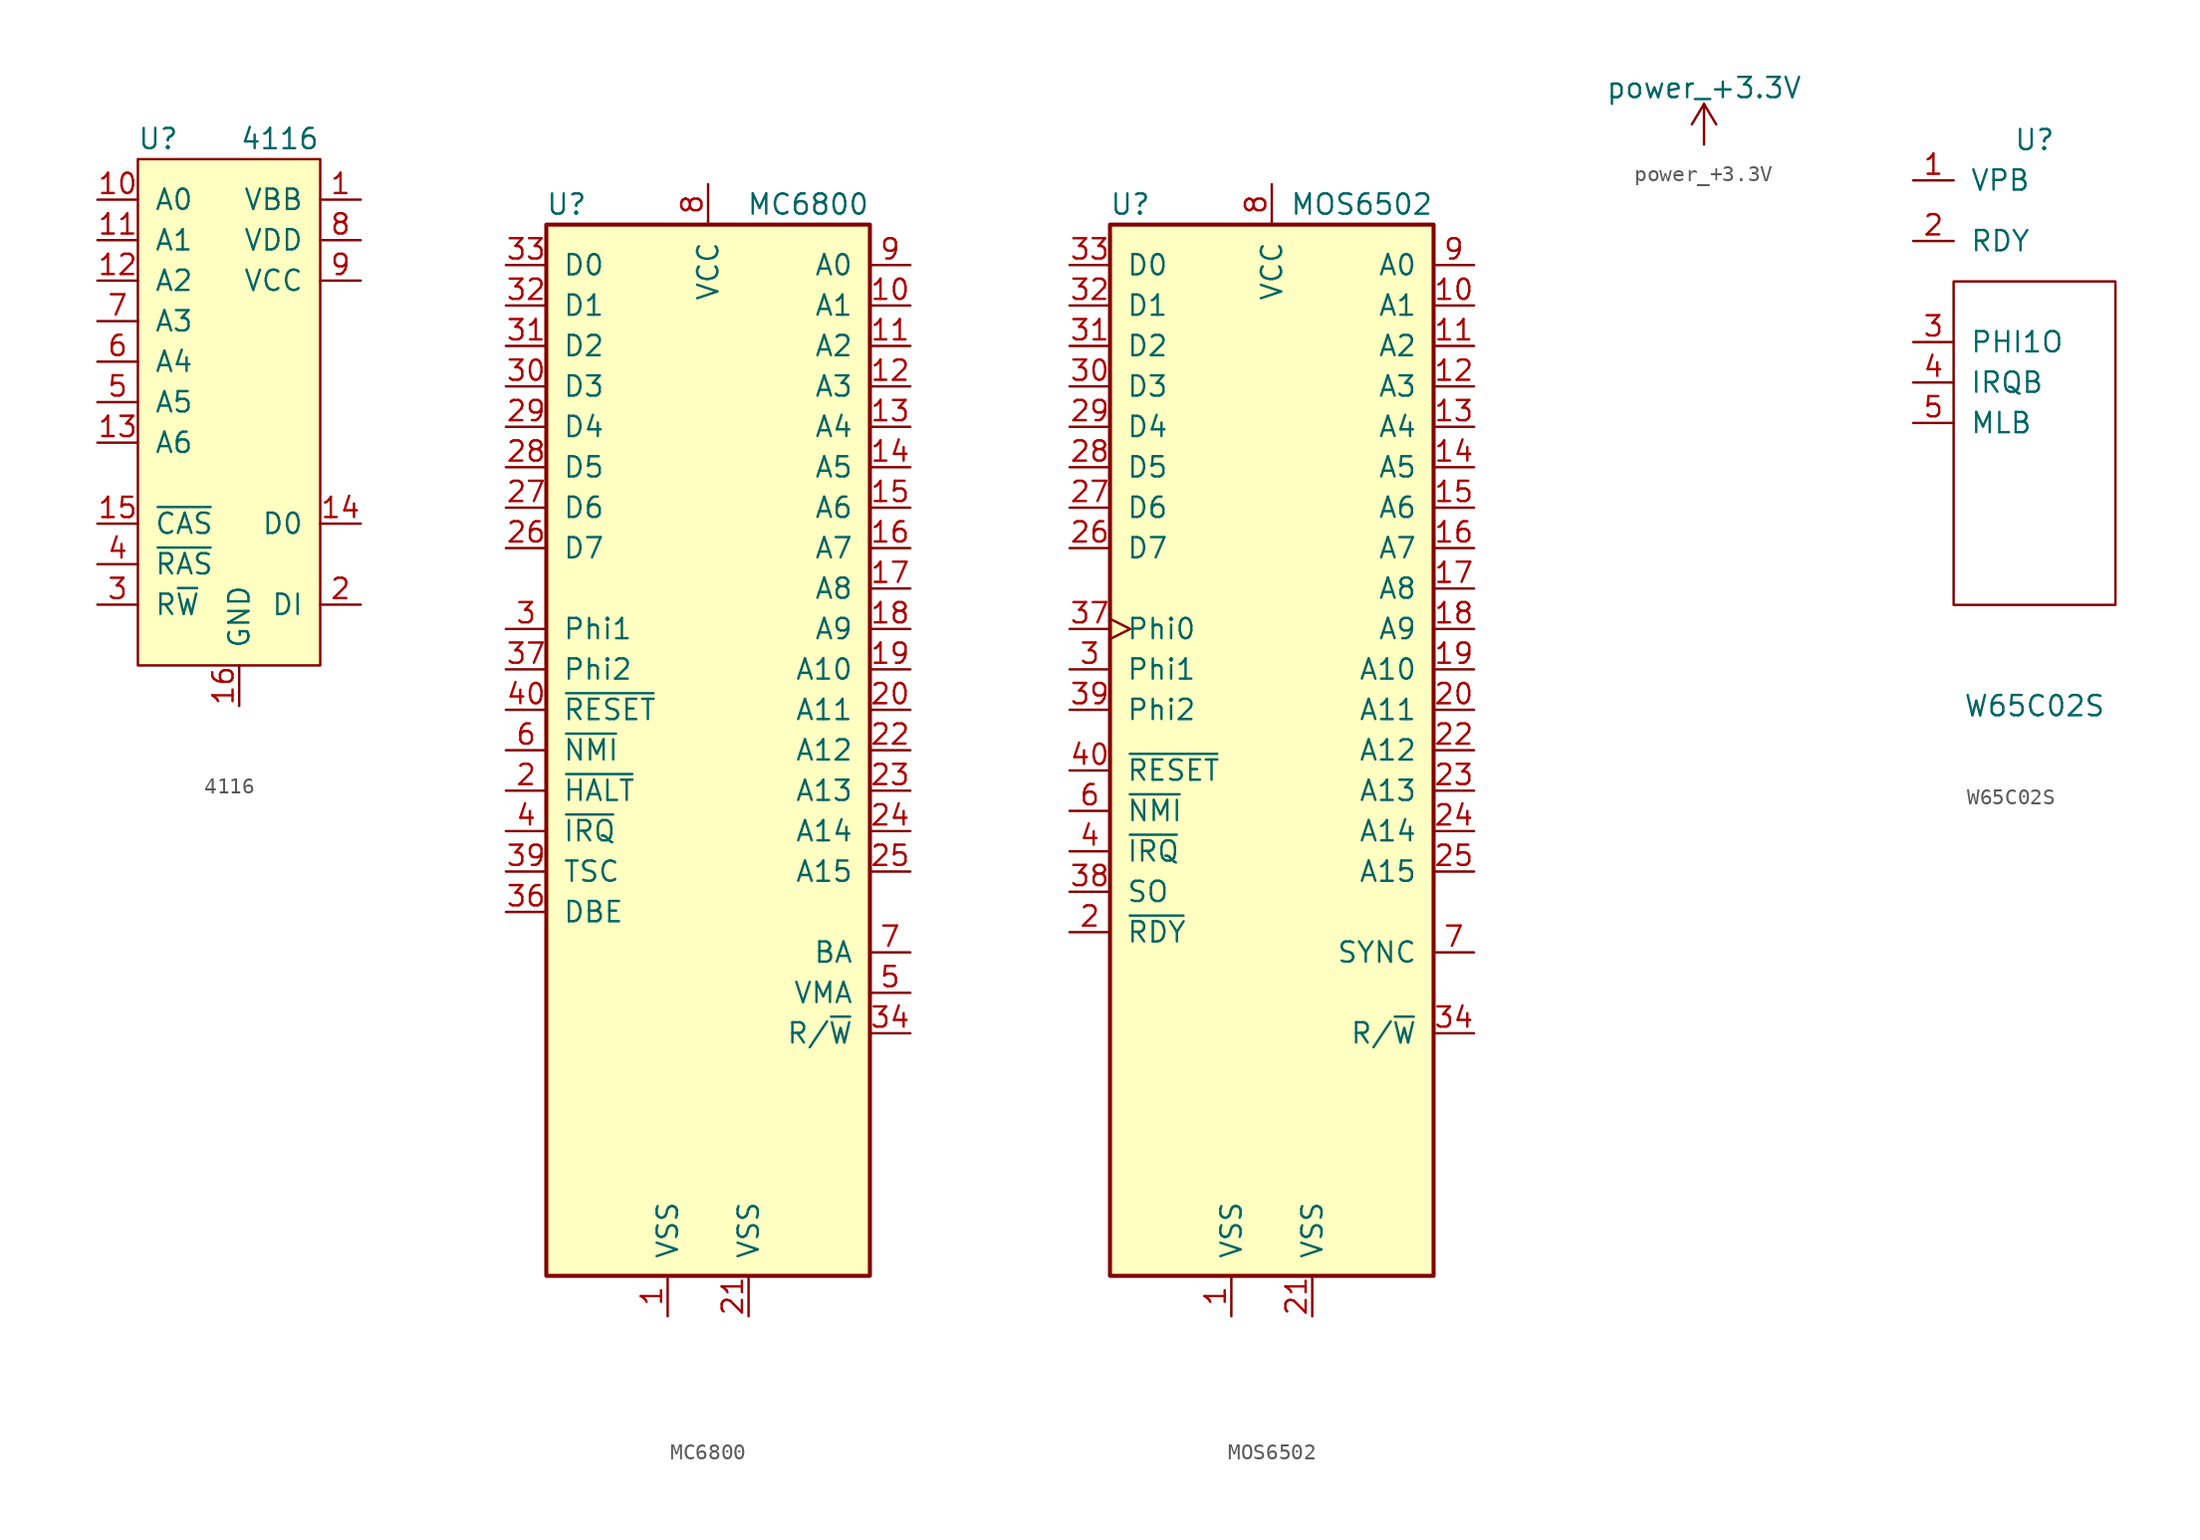
<source format=kicad_sym>
(kicad_symbol_lib
  (version 20220914)
  (generator kicad_symbol_editor)
  (symbol "4116"
    (pin_names
      (offset 1.016))
    (property "Reference" "U"
      (at -5.08 16.51 0)
      (effects (font (size 1.27 1.27))))
    (property "Value" "4116"
      (at 2.54 16.51 0)
      (effects (font (size 1.27 1.27))))
    (symbol "4116_1_1"
      (rectangle (start -6.35 15.24) (end 5.08 -16.51) (stroke (width 0) (type solid)) (fill (type background)))
      (pin power_in line (at 7.62 12.7 180) (length 2.54) (name "VBB" (effects (font (size 1.27 1.27)))) (number "1" (effects (font (size 1.27 1.27)))))
      (pin input line (at -8.89 12.7 0) (length 2.54) (name "A0" (effects (font (size 1.27 1.27)))) (number "10" (effects (font (size 1.27 1.27)))))
      (pin input line (at -8.89 10.16 0) (length 2.54) (name "A1" (effects (font (size 1.27 1.27)))) (number "11" (effects (font (size 1.27 1.27)))))
      (pin input line (at -8.89 7.62 0) (length 2.54) (name "A2" (effects (font (size 1.27 1.27)))) (number "12" (effects (font (size 1.27 1.27)))))
      (pin input line (at -8.89 -2.54 0) (length 2.54) (name "A6" (effects (font (size 1.27 1.27)))) (number "13" (effects (font (size 1.27 1.27)))))
      (pin tri_state line (at 7.62 -7.62 180) (length 2.54) (name "D0" (effects (font (size 1.27 1.27)))) (number "14" (effects (font (size 1.27 1.27)))))
      (pin input line (at -8.89 -7.62 0) (length 2.54) (name "~{CAS}" (effects (font (size 1.27 1.27)))) (number "15" (effects (font (size 1.27 1.27)))))
      (pin power_in line (at 0 -19.05 90) (length 2.54) (name "GND" (effects (font (size 1.27 1.27)))) (number "16" (effects (font (size 1.27 1.27)))))
      (pin input line (at 7.62 -12.7 180) (length 2.54) (name "DI" (effects (font (size 1.27 1.27)))) (number "2" (effects (font (size 1.27 1.27)))))
      (pin input line (at -8.89 -12.7 0) (length 2.54) (name "R~{W}" (effects (font (size 1.27 1.27)))) (number "3" (effects (font (size 1.27 1.27)))))
      (pin input line (at -8.89 -10.16 0) (length 2.54) (name "~{RAS}" (effects (font (size 1.27 1.27)))) (number "4" (effects (font (size 1.27 1.27)))))
      (pin input line (at -8.89 0 0) (length 2.54) (name "A5" (effects (font (size 1.27 1.27)))) (number "5" (effects (font (size 1.27 1.27)))))
      (pin input line (at -8.89 2.54 0) (length 2.54) (name "A4" (effects (font (size 1.27 1.27)))) (number "6" (effects (font (size 1.27 1.27)))))
      (pin input line (at -8.89 5.08 0) (length 2.54) (name "A3" (effects (font (size 1.27 1.27)))) (number "7" (effects (font (size 1.27 1.27)))))
      (pin power_in line (at 7.62 10.16 180) (length 2.54) (name "VDD" (effects (font (size 1.27 1.27)))) (number "8" (effects (font (size 1.27 1.27)))))
      (pin power_in line (at 7.62 7.62 180) (length 2.54) (name "VCC" (effects (font (size 1.27 1.27)))) (number "9" (effects (font (size 1.27 1.27)))))))
  (symbol "MC6800"
    (pin_names
      (offset 1.016))
    (property "Reference" "U"
      (at -8.89 34.29 0)
      (effects (font (size 1.27 1.27))))
    (property "Value" "MC6800"
      (at 10.16 34.29 0)
      (effects (font (size 1.27 1.27)) (justify right)))
    (symbol "MC6800_0_1"
      (rectangle (start -10.16 -33.02) (end 10.16 33.02) (stroke (width 0.254) (type solid)) (fill (type background))))
    (symbol "MC6800_1_1"
      (pin power_in line (at -2.54 -35.56 90) (length 2.54) (name "VSS" (effects (font (size 1.27 1.27)))) (number "1" (effects (font (size 1.27 1.27)))))
      (pin output line (at 12.7 27.94 180) (length 2.54) (name "A1" (effects (font (size 1.27 1.27)))) (number "10" (effects (font (size 1.27 1.27)))))
      (pin output line (at 12.7 25.4 180) (length 2.54) (name "A2" (effects (font (size 1.27 1.27)))) (number "11" (effects (font (size 1.27 1.27)))))
      (pin output line (at 12.7 22.86 180) (length 2.54) (name "A3" (effects (font (size 1.27 1.27)))) (number "12" (effects (font (size 1.27 1.27)))))
      (pin output line (at 12.7 20.32 180) (length 2.54) (name "A4" (effects (font (size 1.27 1.27)))) (number "13" (effects (font (size 1.27 1.27)))))
      (pin output line (at 12.7 17.78 180) (length 2.54) (name "A5" (effects (font (size 1.27 1.27)))) (number "14" (effects (font (size 1.27 1.27)))))
      (pin output line (at 12.7 15.24 180) (length 2.54) (name "A6" (effects (font (size 1.27 1.27)))) (number "15" (effects (font (size 1.27 1.27)))))
      (pin output line (at 12.7 12.7 180) (length 2.54) (name "A7" (effects (font (size 1.27 1.27)))) (number "16" (effects (font (size 1.27 1.27)))))
      (pin output line (at 12.7 10.16 180) (length 2.54) (name "A8" (effects (font (size 1.27 1.27)))) (number "17" (effects (font (size 1.27 1.27)))))
      (pin output line (at 12.7 7.62 180) (length 2.54) (name "A9" (effects (font (size 1.27 1.27)))) (number "18" (effects (font (size 1.27 1.27)))))
      (pin output line (at 12.7 5.08 180) (length 2.54) (name "A10" (effects (font (size 1.27 1.27)))) (number "19" (effects (font (size 1.27 1.27)))))
      (pin input line (at -12.7 -2.54 0) (length 2.54) (name "~{HALT}" (effects (font (size 1.27 1.27)))) (number "2" (effects (font (size 1.27 1.27)))))
      (pin output line (at 12.7 2.54 180) (length 2.54) (name "A11" (effects (font (size 1.27 1.27)))) (number "20" (effects (font (size 1.27 1.27)))))
      (pin power_in line (at 2.54 -35.56 90) (length 2.54) (name "VSS" (effects (font (size 1.27 1.27)))) (number "21" (effects (font (size 1.27 1.27)))))
      (pin output line (at 12.7 0 180) (length 2.54) (name "A12" (effects (font (size 1.27 1.27)))) (number "22" (effects (font (size 1.27 1.27)))))
      (pin output line (at 12.7 -2.54 180) (length 2.54) (name "A13" (effects (font (size 1.27 1.27)))) (number "23" (effects (font (size 1.27 1.27)))))
      (pin output line (at 12.7 -5.08 180) (length 2.54) (name "A14" (effects (font (size 1.27 1.27)))) (number "24" (effects (font (size 1.27 1.27)))))
      (pin output line (at 12.7 -7.62 180) (length 2.54) (name "A15" (effects (font (size 1.27 1.27)))) (number "25" (effects (font (size 1.27 1.27)))))
      (pin bidirectional line (at -12.7 12.7 0) (length 2.54) (name "D7" (effects (font (size 1.27 1.27)))) (number "26" (effects (font (size 1.27 1.27)))))
      (pin bidirectional line (at -12.7 15.24 0) (length 2.54) (name "D6" (effects (font (size 1.27 1.27)))) (number "27" (effects (font (size 1.27 1.27)))))
      (pin bidirectional line (at -12.7 17.78 0) (length 2.54) (name "D5" (effects (font (size 1.27 1.27)))) (number "28" (effects (font (size 1.27 1.27)))))
      (pin bidirectional line (at -12.7 20.32 0) (length 2.54) (name "D4" (effects (font (size 1.27 1.27)))) (number "29" (effects (font (size 1.27 1.27)))))
      (pin input line (at -12.7 7.62 0) (length 2.54) (name "Phi1" (effects (font (size 1.27 1.27)))) (number "3" (effects (font (size 1.27 1.27)))))
      (pin bidirectional line (at -12.7 22.86 0) (length 2.54) (name "D3" (effects (font (size 1.27 1.27)))) (number "30" (effects (font (size 1.27 1.27)))))
      (pin bidirectional line (at -12.7 25.4 0) (length 2.54) (name "D2" (effects (font (size 1.27 1.27)))) (number "31" (effects (font (size 1.27 1.27)))))
      (pin bidirectional line (at -12.7 27.94 0) (length 2.54) (name "D1" (effects (font (size 1.27 1.27)))) (number "32" (effects (font (size 1.27 1.27)))))
      (pin bidirectional line (at -12.7 30.48 0) (length 2.54) (name "D0" (effects (font (size 1.27 1.27)))) (number "33" (effects (font (size 1.27 1.27)))))
      (pin output line (at 12.7 -17.78 180) (length 2.54) (name "R/~{W}" (effects (font (size 1.27 1.27)))) (number "34" (effects (font (size 1.27 1.27)))))
      (pin no_connect line (at -10.16 -25.4 0) (length 2.54) hide (name "N.C." (effects (font (size 1.27 1.27)))) (number "35" (effects (font (size 1.27 1.27)))))
      (pin input line (at -12.7 -10.16 0) (length 2.54) (name "DBE" (effects (font (size 1.27 1.27)))) (number "36" (effects (font (size 1.27 1.27)))))
      (pin input line (at -12.7 5.08 0) (length 2.54) (name "Phi2" (effects (font (size 1.27 1.27)))) (number "37" (effects (font (size 1.27 1.27)))))
      (pin no_connect line (at -10.16 -22.86 0) (length 2.54) hide (name "N.C." (effects (font (size 1.27 1.27)))) (number "38" (effects (font (size 1.27 1.27)))))
      (pin input line (at -12.7 -7.62 0) (length 2.54) (name "TSC" (effects (font (size 1.27 1.27)))) (number "39" (effects (font (size 1.27 1.27)))))
      (pin input line (at -12.7 -5.08 0) (length 2.54) (name "~{IRQ}" (effects (font (size 1.27 1.27)))) (number "4" (effects (font (size 1.27 1.27)))))
      (pin input line (at -12.7 2.54 0) (length 2.54) (name "~{RESET}" (effects (font (size 1.27 1.27)))) (number "40" (effects (font (size 1.27 1.27)))))
      (pin output line (at 12.7 -15.24 180) (length 2.54) (name "VMA" (effects (font (size 1.27 1.27)))) (number "5" (effects (font (size 1.27 1.27)))))
      (pin input line (at -12.7 0 0) (length 2.54) (name "~{NMI}" (effects (font (size 1.27 1.27)))) (number "6" (effects (font (size 1.27 1.27)))))
      (pin output line (at 12.7 -12.7 180) (length 2.54) (name "BA" (effects (font (size 1.27 1.27)))) (number "7" (effects (font (size 1.27 1.27)))))
      (pin power_in line (at 0 35.56 270) (length 2.54) (name "VCC" (effects (font (size 1.27 1.27)))) (number "8" (effects (font (size 1.27 1.27)))))
      (pin output line (at 12.7 30.48 180) (length 2.54) (name "A0" (effects (font (size 1.27 1.27)))) (number "9" (effects (font (size 1.27 1.27)))))))
  (symbol "MOS6502"
    (pin_names
      (offset 1.016))
    (property "Reference" "U"
      (at -8.89 34.29 0)
      (effects (font (size 1.27 1.27))))
    (property "Value" "MOS6502"
      (at 10.16 34.29 0)
      (effects (font (size 1.27 1.27)) (justify right)))
    (symbol "MOS6502_0_1"
      (rectangle (start -10.16 -33.02) (end 10.16 33.02) (stroke (width 0.254) (type solid)) (fill (type background))))
    (symbol "MOS6502_1_1"
      (pin power_in line (at -2.54 -35.56 90) (length 2.54) (name "VSS" (effects (font (size 1.27 1.27)))) (number "1" (effects (font (size 1.27 1.27)))))
      (pin output line (at 12.7 27.94 180) (length 2.54) (name "A1" (effects (font (size 1.27 1.27)))) (number "10" (effects (font (size 1.27 1.27)))))
      (pin output line (at 12.7 25.4 180) (length 2.54) (name "A2" (effects (font (size 1.27 1.27)))) (number "11" (effects (font (size 1.27 1.27)))))
      (pin output line (at 12.7 22.86 180) (length 2.54) (name "A3" (effects (font (size 1.27 1.27)))) (number "12" (effects (font (size 1.27 1.27)))))
      (pin output line (at 12.7 20.32 180) (length 2.54) (name "A4" (effects (font (size 1.27 1.27)))) (number "13" (effects (font (size 1.27 1.27)))))
      (pin output line (at 12.7 17.78 180) (length 2.54) (name "A5" (effects (font (size 1.27 1.27)))) (number "14" (effects (font (size 1.27 1.27)))))
      (pin output line (at 12.7 15.24 180) (length 2.54) (name "A6" (effects (font (size 1.27 1.27)))) (number "15" (effects (font (size 1.27 1.27)))))
      (pin output line (at 12.7 12.7 180) (length 2.54) (name "A7" (effects (font (size 1.27 1.27)))) (number "16" (effects (font (size 1.27 1.27)))))
      (pin output line (at 12.7 10.16 180) (length 2.54) (name "A8" (effects (font (size 1.27 1.27)))) (number "17" (effects (font (size 1.27 1.27)))))
      (pin output line (at 12.7 7.62 180) (length 2.54) (name "A9" (effects (font (size 1.27 1.27)))) (number "18" (effects (font (size 1.27 1.27)))))
      (pin output line (at 12.7 5.08 180) (length 2.54) (name "A10" (effects (font (size 1.27 1.27)))) (number "19" (effects (font (size 1.27 1.27)))))
      (pin bidirectional line (at -12.7 -11.43 0) (length 2.54) (name "~{RDY}" (effects (font (size 1.27 1.27)))) (number "2" (effects (font (size 1.27 1.27)))))
      (pin output line (at 12.7 2.54 180) (length 2.54) (name "A11" (effects (font (size 1.27 1.27)))) (number "20" (effects (font (size 1.27 1.27)))))
      (pin power_in line (at 2.54 -35.56 90) (length 2.54) (name "VSS" (effects (font (size 1.27 1.27)))) (number "21" (effects (font (size 1.27 1.27)))))
      (pin output line (at 12.7 0 180) (length 2.54) (name "A12" (effects (font (size 1.27 1.27)))) (number "22" (effects (font (size 1.27 1.27)))))
      (pin output line (at 12.7 -2.54 180) (length 2.54) (name "A13" (effects (font (size 1.27 1.27)))) (number "23" (effects (font (size 1.27 1.27)))))
      (pin output line (at 12.7 -5.08 180) (length 2.54) (name "A14" (effects (font (size 1.27 1.27)))) (number "24" (effects (font (size 1.27 1.27)))))
      (pin output line (at 12.7 -7.62 180) (length 2.54) (name "A15" (effects (font (size 1.27 1.27)))) (number "25" (effects (font (size 1.27 1.27)))))
      (pin bidirectional line (at -12.7 12.7 0) (length 2.54) (name "D7" (effects (font (size 1.27 1.27)))) (number "26" (effects (font (size 1.27 1.27)))))
      (pin bidirectional line (at -12.7 15.24 0) (length 2.54) (name "D6" (effects (font (size 1.27 1.27)))) (number "27" (effects (font (size 1.27 1.27)))))
      (pin bidirectional line (at -12.7 17.78 0) (length 2.54) (name "D5" (effects (font (size 1.27 1.27)))) (number "28" (effects (font (size 1.27 1.27)))))
      (pin bidirectional line (at -12.7 20.32 0) (length 2.54) (name "D4" (effects (font (size 1.27 1.27)))) (number "29" (effects (font (size 1.27 1.27)))))
      (pin output line (at -12.7 5.08 0) (length 2.54) (name "Phi1" (effects (font (size 1.27 1.27)))) (number "3" (effects (font (size 1.27 1.27)))))
      (pin bidirectional line (at -12.7 22.86 0) (length 2.54) (name "D3" (effects (font (size 1.27 1.27)))) (number "30" (effects (font (size 1.27 1.27)))))
      (pin bidirectional line (at -12.7 25.4 0) (length 2.54) (name "D2" (effects (font (size 1.27 1.27)))) (number "31" (effects (font (size 1.27 1.27)))))
      (pin bidirectional line (at -12.7 27.94 0) (length 2.54) (name "D1" (effects (font (size 1.27 1.27)))) (number "32" (effects (font (size 1.27 1.27)))))
      (pin bidirectional line (at -12.7 30.48 0) (length 2.54) (name "D0" (effects (font (size 1.27 1.27)))) (number "33" (effects (font (size 1.27 1.27)))))
      (pin output line (at 12.7 -17.78 180) (length 2.54) (name "R/~{W}" (effects (font (size 1.27 1.27)))) (number "34" (effects (font (size 1.27 1.27)))))
      (pin no_connect line (at -10.16 -22.86 0) (length 2.54) hide (name "N.C." (effects (font (size 1.27 1.27)))) (number "35" (effects (font (size 1.27 1.27)))))
      (pin no_connect line (at -10.16 -25.4 0) (length 2.54) hide (name "N.C." (effects (font (size 1.27 1.27)))) (number "36" (effects (font (size 1.27 1.27)))))
      (pin input clock (at -12.7 7.62 0) (length 2.54) (name "Phi0" (effects (font (size 1.27 1.27)))) (number "37" (effects (font (size 1.27 1.27)))))
      (pin input line (at -12.7 -8.89 0) (length 2.54) (name "SO" (effects (font (size 1.27 1.27)))) (number "38" (effects (font (size 1.27 1.27)))))
      (pin output line (at -12.7 2.54 0) (length 2.54) (name "Phi2" (effects (font (size 1.27 1.27)))) (number "39" (effects (font (size 1.27 1.27)))))
      (pin input line (at -12.7 -6.35 0) (length 2.54) (name "~{IRQ}" (effects (font (size 1.27 1.27)))) (number "4" (effects (font (size 1.27 1.27)))))
      (pin input line (at -12.7 -1.27 0) (length 2.54) (name "~{RESET}" (effects (font (size 1.27 1.27)))) (number "40" (effects (font (size 1.27 1.27)))))
      (pin no_connect line (at -10.16 -20.32 0) (length 2.54) hide (name "NC" (effects (font (size 1.27 1.27)))) (number "5" (effects (font (size 1.27 1.27)))))
      (pin input line (at -12.7 -3.81 0) (length 2.54) (name "~{NMI}" (effects (font (size 1.27 1.27)))) (number "6" (effects (font (size 1.27 1.27)))))
      (pin output line (at 12.7 -12.7 180) (length 2.54) (name "SYNC" (effects (font (size 1.27 1.27)))) (number "7" (effects (font (size 1.27 1.27)))))
      (pin power_in line (at 0 35.56 270) (length 2.54) (name "VCC" (effects (font (size 1.27 1.27)))) (number "8" (effects (font (size 1.27 1.27)))))
      (pin output line (at 12.7 30.48 180) (length 2.54) (name "A0" (effects (font (size 1.27 1.27)))) (number "9" (effects (font (size 1.27 1.27)))))))
  (symbol "power_+3.3V"
    (power)
    (pin_names
      (offset 0))
    (property "Reference" "#PWR"
      (at 0 -3.81 0)
      (effects (font (size 1.27 1.27)) hide))
    (property "Value" "power_+3.3V"
      (at 0 3.556 0)
      (effects (font (size 1.27 1.27))))
    (symbol "power_+3.3V_0_1"
      (polyline (pts (xy -0.762 1.27) (xy 0 2.54)) (stroke (width 0) (type solid)) (fill (type none)))
      (polyline (pts (xy 0 0) (xy 0 2.54)) (stroke (width 0) (type solid)) (fill (type none)))
      (polyline (pts (xy 0 2.54) (xy 0.762 1.27)) (stroke (width 0) (type solid)) (fill (type none))))
    (symbol "power_+3.3V_1_1"
      (pin power_in line (at 0 0 90) (length 0) hide (name "+3V3" (effects (font (size 1.27 1.27)))) (number "1" (effects (font (size 1.27 1.27)))))))
  (symbol "W65C02S"
    (pin_names
      (offset 1.016))
    (property "Reference" "U"
      (at 0 19.05 0)
      (effects (font (size 1.27 1.27))))
    (property "Value" "W65C02S"
      (at 0 -16.51 0)
      (effects (font (size 1.27 1.27))))
    (symbol "W65C02S_0_1"
      (rectangle (start 5.08 -10.16) (end -5.08 10.16) (stroke (width 0) (type solid)) (fill (type none))))
    (symbol "W65C02S_1_1"
      (pin input line (at -7.62 16.51 0) (length 2.54) (name "VPB" (effects (font (size 1.27 1.27)))) (number "1" (effects (font (size 1.27 1.27)))))
      (pin input line (at -7.62 12.7 0) (length 2.54) (name "RDY" (effects (font (size 1.27 1.27)))) (number "2" (effects (font (size 1.27 1.27)))))
      (pin output line (at -7.62 6.35 0) (length 2.54) (name "PHI1O" (effects (font (size 1.27 1.27)))) (number "3" (effects (font (size 1.27 1.27)))))
      (pin input line (at -7.62 3.81 0) (length 2.54) (name "IRQB" (effects (font (size 1.27 1.27)))) (number "4" (effects (font (size 1.27 1.27)))))
      (pin output line (at -7.62 1.27 0) (length 2.54) (name "MLB" (effects (font (size 1.27 1.27)))) (number "5" (effects (font (size 1.27 1.27))))))))
</source>
